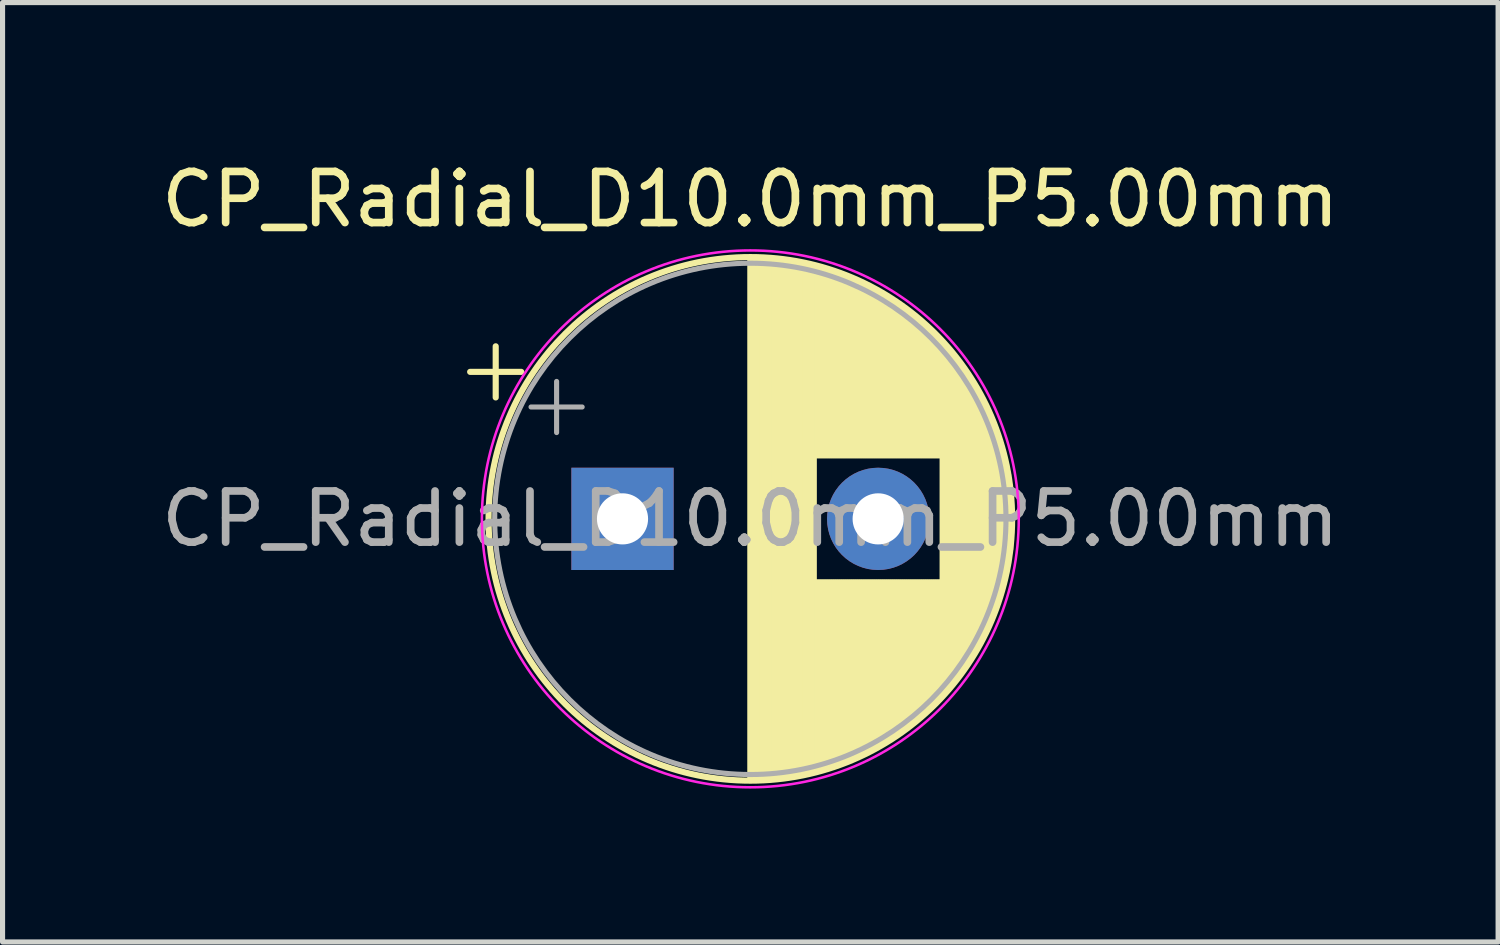
<source format=kicad_pcb>
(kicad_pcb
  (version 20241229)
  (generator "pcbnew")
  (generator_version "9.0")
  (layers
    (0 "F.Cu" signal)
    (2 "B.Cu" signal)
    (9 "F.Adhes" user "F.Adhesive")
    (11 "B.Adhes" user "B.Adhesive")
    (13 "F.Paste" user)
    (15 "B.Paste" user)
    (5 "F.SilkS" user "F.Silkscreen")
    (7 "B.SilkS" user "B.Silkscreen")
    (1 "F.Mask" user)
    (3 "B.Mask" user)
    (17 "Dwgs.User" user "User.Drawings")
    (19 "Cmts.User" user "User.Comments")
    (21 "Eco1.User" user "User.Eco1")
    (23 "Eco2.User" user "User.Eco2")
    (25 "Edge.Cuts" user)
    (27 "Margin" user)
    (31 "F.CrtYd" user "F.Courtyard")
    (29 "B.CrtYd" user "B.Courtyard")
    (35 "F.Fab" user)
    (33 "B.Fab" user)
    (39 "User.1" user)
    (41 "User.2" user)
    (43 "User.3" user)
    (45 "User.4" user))
  (footprint "CP_Radial_D10.0mm_P5.00mm"
    (layer "F.Cu")
    (at 9.125 7.098)
    (property "Reference" "CP_Radial_D10.0mm_P5.00mm" (at 2.5 -6.25 0) (layer "F.SilkS") (effects (font (size 1 1) (thickness 0.15))))
    (attr through_hole)
    (fp_line (start -2.98 -2.875) (end -1.98 -2.875) (stroke (width 0.12) (type solid)) (layer "F.SilkS"))
    (fp_line (start -2.48 -3.375) (end -2.48 -2.375) (stroke (width 0.12) (type solid)) (layer "F.SilkS"))
    (fp_line (start 2.5 -5.08) (end 2.5 5.08) (stroke (width 0.12) (type solid)) (layer "F.SilkS"))
    (fp_line (start 2.54 -5.08) (end 2.54 5.08) (stroke (width 0.12) (type solid)) (layer "F.SilkS"))
    (fp_line (start 2.58 -5.08) (end 2.58 5.08) (stroke (width 0.12) (type solid)) (layer "F.SilkS"))
    (fp_line (start 2.62 -5.079) (end 2.62 5.079) (stroke (width 0.12) (type solid)) (layer "F.SilkS"))
    (fp_line (start 2.66 -5.078) (end 2.66 5.078) (stroke (width 0.12) (type solid)) (layer "F.SilkS"))
    (fp_line (start 2.7 -5.077) (end 2.7 5.077) (stroke (width 0.12) (type solid)) (layer "F.SilkS"))
    (fp_line (start 2.74 -5.075) (end 2.74 5.075) (stroke (width 0.12) (type solid)) (layer "F.SilkS"))
    (fp_line (start 2.78 -5.073) (end 2.78 5.073) (stroke (width 0.12) (type solid)) (layer "F.SilkS"))
    (fp_line (start 2.82 -5.07) (end 2.82 5.07) (stroke (width 0.12) (type solid)) (layer "F.SilkS"))
    (fp_line (start 2.86 -5.068) (end 2.86 5.068) (stroke (width 0.12) (type solid)) (layer "F.SilkS"))
    (fp_line (start 2.9 -5.065) (end 2.9 5.065) (stroke (width 0.12) (type solid)) (layer "F.SilkS"))
    (fp_line (start 2.94 -5.062) (end 2.94 5.062) (stroke (width 0.12) (type solid)) (layer "F.SilkS"))
    (fp_line (start 2.98 -5.058) (end 2.98 5.058) (stroke (width 0.12) (type solid)) (layer "F.SilkS"))
    (fp_line (start 3.02 -5.054) (end 3.02 5.054) (stroke (width 0.12) (type solid)) (layer "F.SilkS"))
    (fp_line (start 3.06 -5.05) (end 3.06 5.05) (stroke (width 0.12) (type solid)) (layer "F.SilkS"))
    (fp_line (start 3.1 -5.045) (end 3.1 5.045) (stroke (width 0.12) (type solid)) (layer "F.SilkS"))
    (fp_line (start 3.14 -5.04) (end 3.14 5.04) (stroke (width 0.12) (type solid)) (layer "F.SilkS"))
    (fp_line (start 3.18 -5.035) (end 3.18 5.035) (stroke (width 0.12) (type solid)) (layer "F.SilkS"))
    (fp_line (start 3.221 -5.03) (end 3.221 5.03) (stroke (width 0.12) (type solid)) (layer "F.SilkS"))
    (fp_line (start 3.261 -5.024) (end 3.261 5.024) (stroke (width 0.12) (type solid)) (layer "F.SilkS"))
    (fp_line (start 3.301 -5.018) (end 3.301 5.018) (stroke (width 0.12) (type solid)) (layer "F.SilkS"))
    (fp_line (start 3.341 -5.011) (end 3.341 5.011) (stroke (width 0.12) (type solid)) (layer "F.SilkS"))
    (fp_line (start 3.381 -5.004) (end 3.381 5.004) (stroke (width 0.12) (type solid)) (layer "F.SilkS"))
    (fp_line (start 3.421 -4.997) (end 3.421 4.997) (stroke (width 0.12) (type solid)) (layer "F.SilkS"))
    (fp_line (start 3.461 -4.99) (end 3.461 4.99) (stroke (width 0.12) (type solid)) (layer "F.SilkS"))
    (fp_line (start 3.501 -4.982) (end 3.501 4.982) (stroke (width 0.12) (type solid)) (layer "F.SilkS"))
    (fp_line (start 3.541 -4.974) (end 3.541 4.974) (stroke (width 0.12) (type solid)) (layer "F.SilkS"))
    (fp_line (start 3.581 -4.965) (end 3.581 4.965) (stroke (width 0.12) (type solid)) (layer "F.SilkS"))
    (fp_line (start 3.621 -4.956) (end 3.621 4.956) (stroke (width 0.12) (type solid)) (layer "F.SilkS"))
    (fp_line (start 3.661 -4.947) (end 3.661 4.947) (stroke (width 0.12) (type solid)) (layer "F.SilkS"))
    (fp_line (start 3.701 -4.938) (end 3.701 4.938) (stroke (width 0.12) (type solid)) (layer "F.SilkS"))
    (fp_line (start 3.741 -4.928) (end 3.741 4.928) (stroke (width 0.12) (type solid)) (layer "F.SilkS"))
    (fp_line (start 3.781 -4.918) (end 3.781 -1.241) (stroke (width 0.12) (type solid)) (layer "F.SilkS"))
    (fp_line (start 3.781 1.241) (end 3.781 4.918) (stroke (width 0.12) (type solid)) (layer "F.SilkS"))
    (fp_line (start 3.821 -4.907) (end 3.821 -1.241) (stroke (width 0.12) (type solid)) (layer "F.SilkS"))
    (fp_line (start 3.821 1.241) (end 3.821 4.907) (stroke (width 0.12) (type solid)) (layer "F.SilkS"))
    (fp_line (start 3.861 -4.897) (end 3.861 -1.241) (stroke (width 0.12) (type solid)) (layer "F.SilkS"))
    (fp_line (start 3.861 1.241) (end 3.861 4.897) (stroke (width 0.12) (type solid)) (layer "F.SilkS"))
    (fp_line (start 3.901 -4.885) (end 3.901 -1.241) (stroke (width 0.12) (type solid)) (layer "F.SilkS"))
    (fp_line (start 3.901 1.241) (end 3.901 4.885) (stroke (width 0.12) (type solid)) (layer "F.SilkS"))
    (fp_line (start 3.941 -4.874) (end 3.941 -1.241) (stroke (width 0.12) (type solid)) (layer "F.SilkS"))
    (fp_line (start 3.941 1.241) (end 3.941 4.874) (stroke (width 0.12) (type solid)) (layer "F.SilkS"))
    (fp_line (start 3.981 -4.862) (end 3.981 -1.241) (stroke (width 0.12) (type solid)) (layer "F.SilkS"))
    (fp_line (start 3.981 1.241) (end 3.981 4.862) (stroke (width 0.12) (type solid)) (layer "F.SilkS"))
    (fp_line (start 4.021 -4.85) (end 4.021 -1.241) (stroke (width 0.12) (type solid)) (layer "F.SilkS"))
    (fp_line (start 4.021 1.241) (end 4.021 4.85) (stroke (width 0.12) (type solid)) (layer "F.SilkS"))
    (fp_line (start 4.061 -4.837) (end 4.061 -1.241) (stroke (width 0.12) (type solid)) (layer "F.SilkS"))
    (fp_line (start 4.061 1.241) (end 4.061 4.837) (stroke (width 0.12) (type solid)) (layer "F.SilkS"))
    (fp_line (start 4.101 -4.824) (end 4.101 -1.241) (stroke (width 0.12) (type solid)) (layer "F.SilkS"))
    (fp_line (start 4.101 1.241) (end 4.101 4.824) (stroke (width 0.12) (type solid)) (layer "F.SilkS"))
    (fp_line (start 4.141 -4.811) (end 4.141 -1.241) (stroke (width 0.12) (type solid)) (layer "F.SilkS"))
    (fp_line (start 4.141 1.241) (end 4.141 4.811) (stroke (width 0.12) (type solid)) (layer "F.SilkS"))
    (fp_line (start 4.181 -4.797) (end 4.181 -1.241) (stroke (width 0.12) (type solid)) (layer "F.SilkS"))
    (fp_line (start 4.181 1.241) (end 4.181 4.797) (stroke (width 0.12) (type solid)) (layer "F.SilkS"))
    (fp_line (start 4.221 -4.783) (end 4.221 -1.241) (stroke (width 0.12) (type solid)) (layer "F.SilkS"))
    (fp_line (start 4.221 1.241) (end 4.221 4.783) (stroke (width 0.12) (type solid)) (layer "F.SilkS"))
    (fp_line (start 4.261 -4.768) (end 4.261 -1.241) (stroke (width 0.12) (type solid)) (layer "F.SilkS"))
    (fp_line (start 4.261 1.241) (end 4.261 4.768) (stroke (width 0.12) (type solid)) (layer "F.SilkS"))
    (fp_line (start 4.301 -4.754) (end 4.301 -1.241) (stroke (width 0.12) (type solid)) (layer "F.SilkS"))
    (fp_line (start 4.301 1.241) (end 4.301 4.754) (stroke (width 0.12) (type solid)) (layer "F.SilkS"))
    (fp_line (start 4.341 -4.738) (end 4.341 -1.241) (stroke (width 0.12) (type solid)) (layer "F.SilkS"))
    (fp_line (start 4.341 1.241) (end 4.341 4.738) (stroke (width 0.12) (type solid)) (layer "F.SilkS"))
    (fp_line (start 4.381 -4.723) (end 4.381 -1.241) (stroke (width 0.12) (type solid)) (layer "F.SilkS"))
    (fp_line (start 4.381 1.241) (end 4.381 4.723) (stroke (width 0.12) (type solid)) (layer "F.SilkS"))
    (fp_line (start 4.421 -4.707) (end 4.421 -1.241) (stroke (width 0.12) (type solid)) (layer "F.SilkS"))
    (fp_line (start 4.421 1.241) (end 4.421 4.707) (stroke (width 0.12) (type solid)) (layer "F.SilkS"))
    (fp_line (start 4.461 -4.69) (end 4.461 -1.241) (stroke (width 0.12) (type solid)) (layer "F.SilkS"))
    (fp_line (start 4.461 1.241) (end 4.461 4.69) (stroke (width 0.12) (type solid)) (layer "F.SilkS"))
    (fp_line (start 4.501 -4.674) (end 4.501 -1.241) (stroke (width 0.12) (type solid)) (layer "F.SilkS"))
    (fp_line (start 4.501 1.241) (end 4.501 4.674) (stroke (width 0.12) (type solid)) (layer "F.SilkS"))
    (fp_line (start 4.541 -4.657) (end 4.541 -1.241) (stroke (width 0.12) (type solid)) (layer "F.SilkS"))
    (fp_line (start 4.541 1.241) (end 4.541 4.657) (stroke (width 0.12) (type solid)) (layer "F.SilkS"))
    (fp_line (start 4.581 -4.639) (end 4.581 -1.241) (stroke (width 0.12) (type solid)) (layer "F.SilkS"))
    (fp_line (start 4.581 1.241) (end 4.581 4.639) (stroke (width 0.12) (type solid)) (layer "F.SilkS"))
    (fp_line (start 4.621 -4.621) (end 4.621 -1.241) (stroke (width 0.12) (type solid)) (layer "F.SilkS"))
    (fp_line (start 4.621 1.241) (end 4.621 4.621) (stroke (width 0.12) (type solid)) (layer "F.SilkS"))
    (fp_line (start 4.661 -4.603) (end 4.661 -1.241) (stroke (width 0.12) (type solid)) (layer "F.SilkS"))
    (fp_line (start 4.661 1.241) (end 4.661 4.603) (stroke (width 0.12) (type solid)) (layer "F.SilkS"))
    (fp_line (start 4.701 -4.584) (end 4.701 -1.241) (stroke (width 0.12) (type solid)) (layer "F.SilkS"))
    (fp_line (start 4.701 1.241) (end 4.701 4.584) (stroke (width 0.12) (type solid)) (layer "F.SilkS"))
    (fp_line (start 4.741 -4.564) (end 4.741 -1.241) (stroke (width 0.12) (type solid)) (layer "F.SilkS"))
    (fp_line (start 4.741 1.241) (end 4.741 4.564) (stroke (width 0.12) (type solid)) (layer "F.SilkS"))
    (fp_line (start 4.781 -4.545) (end 4.781 -1.241) (stroke (width 0.12) (type solid)) (layer "F.SilkS"))
    (fp_line (start 4.781 1.241) (end 4.781 4.545) (stroke (width 0.12) (type solid)) (layer "F.SilkS"))
    (fp_line (start 4.821 -4.525) (end 4.821 -1.241) (stroke (width 0.12) (type solid)) (layer "F.SilkS"))
    (fp_line (start 4.821 1.241) (end 4.821 4.525) (stroke (width 0.12) (type solid)) (layer "F.SilkS"))
    (fp_line (start 4.861 -4.504) (end 4.861 -1.241) (stroke (width 0.12) (type solid)) (layer "F.SilkS"))
    (fp_line (start 4.861 1.241) (end 4.861 4.504) (stroke (width 0.12) (type solid)) (layer "F.SilkS"))
    (fp_line (start 4.901 -4.483) (end 4.901 -1.241) (stroke (width 0.12) (type solid)) (layer "F.SilkS"))
    (fp_line (start 4.901 1.241) (end 4.901 4.483) (stroke (width 0.12) (type solid)) (layer "F.SilkS"))
    (fp_line (start 4.941 -4.462) (end 4.941 -1.241) (stroke (width 0.12) (type solid)) (layer "F.SilkS"))
    (fp_line (start 4.941 1.241) (end 4.941 4.462) (stroke (width 0.12) (type solid)) (layer "F.SilkS"))
    (fp_line (start 4.981 -4.44) (end 4.981 -1.241) (stroke (width 0.12) (type solid)) (layer "F.SilkS"))
    (fp_line (start 4.981 1.241) (end 4.981 4.44) (stroke (width 0.12) (type solid)) (layer "F.SilkS"))
    (fp_line (start 5.021 -4.417) (end 5.021 -1.241) (stroke (width 0.12) (type solid)) (layer "F.SilkS"))
    (fp_line (start 5.021 1.241) (end 5.021 4.417) (stroke (width 0.12) (type solid)) (layer "F.SilkS"))
    (fp_line (start 5.061 -4.395) (end 5.061 -1.241) (stroke (width 0.12) (type solid)) (layer "F.SilkS"))
    (fp_line (start 5.061 1.241) (end 5.061 4.395) (stroke (width 0.12) (type solid)) (layer "F.SilkS"))
    (fp_line (start 5.101 -4.371) (end 5.101 -1.241) (stroke (width 0.12) (type solid)) (layer "F.SilkS"))
    (fp_line (start 5.101 1.241) (end 5.101 4.371) (stroke (width 0.12) (type solid)) (layer "F.SilkS"))
    (fp_line (start 5.141 -4.347) (end 5.141 -1.241) (stroke (width 0.12) (type solid)) (layer "F.SilkS"))
    (fp_line (start 5.141 1.241) (end 5.141 4.347) (stroke (width 0.12) (type solid)) (layer "F.SilkS"))
    (fp_line (start 5.181 -4.323) (end 5.181 -1.241) (stroke (width 0.12) (type solid)) (layer "F.SilkS"))
    (fp_line (start 5.181 1.241) (end 5.181 4.323) (stroke (width 0.12) (type solid)) (layer "F.SilkS"))
    (fp_line (start 5.221 -4.298) (end 5.221 -1.241) (stroke (width 0.12) (type solid)) (layer "F.SilkS"))
    (fp_line (start 5.221 1.241) (end 5.221 4.298) (stroke (width 0.12) (type solid)) (layer "F.SilkS"))
    (fp_line (start 5.261 -4.273) (end 5.261 -1.241) (stroke (width 0.12) (type solid)) (layer "F.SilkS"))
    (fp_line (start 5.261 1.241) (end 5.261 4.273) (stroke (width 0.12) (type solid)) (layer "F.SilkS"))
    (fp_line (start 5.301 -4.247) (end 5.301 -1.241) (stroke (width 0.12) (type solid)) (layer "F.SilkS"))
    (fp_line (start 5.301 1.241) (end 5.301 4.247) (stroke (width 0.12) (type solid)) (layer "F.SilkS"))
    (fp_line (start 5.341 -4.221) (end 5.341 -1.241) (stroke (width 0.12) (type solid)) (layer "F.SilkS"))
    (fp_line (start 5.341 1.241) (end 5.341 4.221) (stroke (width 0.12) (type solid)) (layer "F.SilkS"))
    (fp_line (start 5.381 -4.194) (end 5.381 -1.241) (stroke (width 0.12) (type solid)) (layer "F.SilkS"))
    (fp_line (start 5.381 1.241) (end 5.381 4.194) (stroke (width 0.12) (type solid)) (layer "F.SilkS"))
    (fp_line (start 5.421 -4.166) (end 5.421 -1.241) (stroke (width 0.12) (type solid)) (layer "F.SilkS"))
    (fp_line (start 5.421 1.241) (end 5.421 4.166) (stroke (width 0.12) (type solid)) (layer "F.SilkS"))
    (fp_line (start 5.461 -4.138) (end 5.461 -1.241) (stroke (width 0.12) (type solid)) (layer "F.SilkS"))
    (fp_line (start 5.461 1.241) (end 5.461 4.138) (stroke (width 0.12) (type solid)) (layer "F.SilkS"))
    (fp_line (start 5.501 -4.11) (end 5.501 -1.241) (stroke (width 0.12) (type solid)) (layer "F.SilkS"))
    (fp_line (start 5.501 1.241) (end 5.501 4.11) (stroke (width 0.12) (type solid)) (layer "F.SilkS"))
    (fp_line (start 5.541 -4.08) (end 5.541 -1.241) (stroke (width 0.12) (type solid)) (layer "F.SilkS"))
    (fp_line (start 5.541 1.241) (end 5.541 4.08) (stroke (width 0.12) (type solid)) (layer "F.SilkS"))
    (fp_line (start 5.581 -4.05) (end 5.581 -1.241) (stroke (width 0.12) (type solid)) (layer "F.SilkS"))
    (fp_line (start 5.581 1.241) (end 5.581 4.05) (stroke (width 0.12) (type solid)) (layer "F.SilkS"))
    (fp_line (start 5.621 -4.02) (end 5.621 -1.241) (stroke (width 0.12) (type solid)) (layer "F.SilkS"))
    (fp_line (start 5.621 1.241) (end 5.621 4.02) (stroke (width 0.12) (type solid)) (layer "F.SilkS"))
    (fp_line (start 5.661 -3.989) (end 5.661 -1.241) (stroke (width 0.12) (type solid)) (layer "F.SilkS"))
    (fp_line (start 5.661 1.241) (end 5.661 3.989) (stroke (width 0.12) (type solid)) (layer "F.SilkS"))
    (fp_line (start 5.701 -3.957) (end 5.701 -1.241) (stroke (width 0.12) (type solid)) (layer "F.SilkS"))
    (fp_line (start 5.701 1.241) (end 5.701 3.957) (stroke (width 0.12) (type solid)) (layer "F.SilkS"))
    (fp_line (start 5.741 -3.925) (end 5.741 -1.241) (stroke (width 0.12) (type solid)) (layer "F.SilkS"))
    (fp_line (start 5.741 1.241) (end 5.741 3.925) (stroke (width 0.12) (type solid)) (layer "F.SilkS"))
    (fp_line (start 5.781 -3.892) (end 5.781 -1.241) (stroke (width 0.12) (type solid)) (layer "F.SilkS"))
    (fp_line (start 5.781 1.241) (end 5.781 3.892) (stroke (width 0.12) (type solid)) (layer "F.SilkS"))
    (fp_line (start 5.821 -3.858) (end 5.821 -1.241) (stroke (width 0.12) (type solid)) (layer "F.SilkS"))
    (fp_line (start 5.821 1.241) (end 5.821 3.858) (stroke (width 0.12) (type solid)) (layer "F.SilkS"))
    (fp_line (start 5.861 -3.824) (end 5.861 -1.241) (stroke (width 0.12) (type solid)) (layer "F.SilkS"))
    (fp_line (start 5.861 1.241) (end 5.861 3.824) (stroke (width 0.12) (type solid)) (layer "F.SilkS"))
    (fp_line (start 5.901 -3.789) (end 5.901 -1.241) (stroke (width 0.12) (type solid)) (layer "F.SilkS"))
    (fp_line (start 5.901 1.241) (end 5.901 3.789) (stroke (width 0.12) (type solid)) (layer "F.SilkS"))
    (fp_line (start 5.941 -3.753) (end 5.941 -1.241) (stroke (width 0.12) (type solid)) (layer "F.SilkS"))
    (fp_line (start 5.941 1.241) (end 5.941 3.753) (stroke (width 0.12) (type solid)) (layer "F.SilkS"))
    (fp_line (start 5.981 -3.716) (end 5.981 -1.241) (stroke (width 0.12) (type solid)) (layer "F.SilkS"))
    (fp_line (start 5.981 1.241) (end 5.981 3.716) (stroke (width 0.12) (type solid)) (layer "F.SilkS"))
    (fp_line (start 6.021 -3.679) (end 6.021 -1.241) (stroke (width 0.12) (type solid)) (layer "F.SilkS"))
    (fp_line (start 6.021 1.241) (end 6.021 3.679) (stroke (width 0.12) (type solid)) (layer "F.SilkS"))
    (fp_line (start 6.061 -3.64) (end 6.061 -1.241) (stroke (width 0.12) (type solid)) (layer "F.SilkS"))
    (fp_line (start 6.061 1.241) (end 6.061 3.64) (stroke (width 0.12) (type solid)) (layer "F.SilkS"))
    (fp_line (start 6.101 -3.601) (end 6.101 -1.241) (stroke (width 0.12) (type solid)) (layer "F.SilkS"))
    (fp_line (start 6.101 1.241) (end 6.101 3.601) (stroke (width 0.12) (type solid)) (layer "F.SilkS"))
    (fp_line (start 6.141 -3.561) (end 6.141 -1.241) (stroke (width 0.12) (type solid)) (layer "F.SilkS"))
    (fp_line (start 6.141 1.241) (end 6.141 3.561) (stroke (width 0.12) (type solid)) (layer "F.SilkS"))
    (fp_line (start 6.181 -3.52) (end 6.181 -1.241) (stroke (width 0.12) (type solid)) (layer "F.SilkS"))
    (fp_line (start 6.181 1.241) (end 6.181 3.52) (stroke (width 0.12) (type solid)) (layer "F.SilkS"))
    (fp_line (start 6.221 -3.478) (end 6.221 -1.241) (stroke (width 0.12) (type solid)) (layer "F.SilkS"))
    (fp_line (start 6.221 1.241) (end 6.221 3.478) (stroke (width 0.12) (type solid)) (layer "F.SilkS"))
    (fp_line (start 6.261 -3.436) (end 6.261 3.436) (stroke (width 0.12) (type solid)) (layer "F.SilkS"))
    (fp_line (start 6.301 -3.392) (end 6.301 3.392) (stroke (width 0.12) (type solid)) (layer "F.SilkS"))
    (fp_line (start 6.341 -3.347) (end 6.341 3.347) (stroke (width 0.12) (type solid)) (layer "F.SilkS"))
    (fp_line (start 6.381 -3.301) (end 6.381 3.301) (stroke (width 0.12) (type solid)) (layer "F.SilkS"))
    (fp_line (start 6.421 -3.254) (end 6.421 3.254) (stroke (width 0.12) (type solid)) (layer "F.SilkS"))
    (fp_line (start 6.461 -3.206) (end 6.461 3.206) (stroke (width 0.12) (type solid)) (layer "F.SilkS"))
    (fp_line (start 6.501 -3.156) (end 6.501 3.156) (stroke (width 0.12) (type solid)) (layer "F.SilkS"))
    (fp_line (start 6.541 -3.106) (end 6.541 3.106) (stroke (width 0.12) (type solid)) (layer "F.SilkS"))
    (fp_line (start 6.581 -3.054) (end 6.581 3.054) (stroke (width 0.12) (type solid)) (layer "F.SilkS"))
    (fp_line (start 6.621 -3) (end 6.621 3) (stroke (width 0.12) (type solid)) (layer "F.SilkS"))
    (fp_line (start 6.661 -2.945) (end 6.661 2.945) (stroke (width 0.12) (type solid)) (layer "F.SilkS"))
    (fp_line (start 6.701 -2.889) (end 6.701 2.889) (stroke (width 0.12) (type solid)) (layer "F.SilkS"))
    (fp_line (start 6.741 -2.83) (end 6.741 2.83) (stroke (width 0.12) (type solid)) (layer "F.SilkS"))
    (fp_line (start 6.781 -2.77) (end 6.781 2.77) (stroke (width 0.12) (type solid)) (layer "F.SilkS"))
    (fp_line (start 6.821 -2.709) (end 6.821 2.709) (stroke (width 0.12) (type solid)) (layer "F.SilkS"))
    (fp_line (start 6.861 -2.645) (end 6.861 2.645) (stroke (width 0.12) (type solid)) (layer "F.SilkS"))
    (fp_line (start 6.901 -2.579) (end 6.901 2.579) (stroke (width 0.12) (type solid)) (layer "F.SilkS"))
    (fp_line (start 6.941 -2.51) (end 6.941 2.51) (stroke (width 0.12) (type solid)) (layer "F.SilkS"))
    (fp_line (start 6.981 -2.439) (end 6.981 2.439) (stroke (width 0.12) (type solid)) (layer "F.SilkS"))
    (fp_line (start 7.021 -2.365) (end 7.021 2.365) (stroke (width 0.12) (type solid)) (layer "F.SilkS"))
    (fp_line (start 7.061 -2.289) (end 7.061 2.289) (stroke (width 0.12) (type solid)) (layer "F.SilkS"))
    (fp_line (start 7.101 -2.209) (end 7.101 2.209) (stroke (width 0.12) (type solid)) (layer "F.SilkS"))
    (fp_line (start 7.141 -2.125) (end 7.141 2.125) (stroke (width 0.12) (type solid)) (layer "F.SilkS"))
    (fp_line (start 7.181 -2.037) (end 7.181 2.037) (stroke (width 0.12) (type solid)) (layer "F.SilkS"))
    (fp_line (start 7.221 -1.944) (end 7.221 1.944) (stroke (width 0.12) (type solid)) (layer "F.SilkS"))
    (fp_line (start 7.261 -1.846) (end 7.261 1.846) (stroke (width 0.12) (type solid)) (layer "F.SilkS"))
    (fp_line (start 7.301 -1.742) (end 7.301 1.742) (stroke (width 0.12) (type solid)) (layer "F.SilkS"))
    (fp_line (start 7.341 -1.63) (end 7.341 1.63) (stroke (width 0.12) (type solid)) (layer "F.SilkS"))
    (fp_line (start 7.381 -1.51) (end 7.381 1.51) (stroke (width 0.12) (type solid)) (layer "F.SilkS"))
    (fp_line (start 7.421 -1.378) (end 7.421 1.378) (stroke (width 0.12) (type solid)) (layer "F.SilkS"))
    (fp_line (start 7.461 -1.23) (end 7.461 1.23) (stroke (width 0.12) (type solid)) (layer "F.SilkS"))
    (fp_line (start 7.501 -1.062) (end 7.501 1.062) (stroke (width 0.12) (type solid)) (layer "F.SilkS"))
    (fp_line (start 7.541 -0.862) (end 7.541 0.862) (stroke (width 0.12) (type solid)) (layer "F.SilkS"))
    (fp_line (start 7.581 -0.599) (end 7.581 0.599) (stroke (width 0.12) (type solid)) (layer "F.SilkS"))
    (fp_circle (center 2.5 0) (end 7.62 0) (stroke (width 0.12) (type solid)) (fill no) (layer "F.SilkS"))
    (fp_circle (center 2.5 0) (end 7.75 0) (stroke (width 0.05) (type solid)) (fill no) (layer "F.CrtYd"))
    (fp_line (start -1.789 -2.188) (end -0.789 -2.188) (stroke (width 0.1) (type solid)) (layer "F.Fab"))
    (fp_line (start -1.289 -2.688) (end -1.289 -1.688) (stroke (width 0.1) (type solid)) (layer "F.Fab"))
    (fp_circle (center 2.5 0) (end 7.5 0) (stroke (width 0.1) (type solid)) (fill no) (layer "F.Fab"))
    (fp_text user "${REFERENCE}" (at 2.5 0 0) (layer "F.Fab") (effects (font (size 1 1) (thickness 0.15))))
    (pad "1" thru_hole rect (at 0 0) (size 2 2) (drill 1) (layers "*.Cu" "*.Mask"))
    (pad "2" thru_hole circle (at 5 0) (size 2 2) (drill 1) (layers "*.Cu" "*.Mask")))
  (gr_rect
    (start -3 -3)
    (end 26.25 15.373)
    (stroke (width 0.1) (type default))
    (fill no)
    (layer "Edge.Cuts")))
</source>
